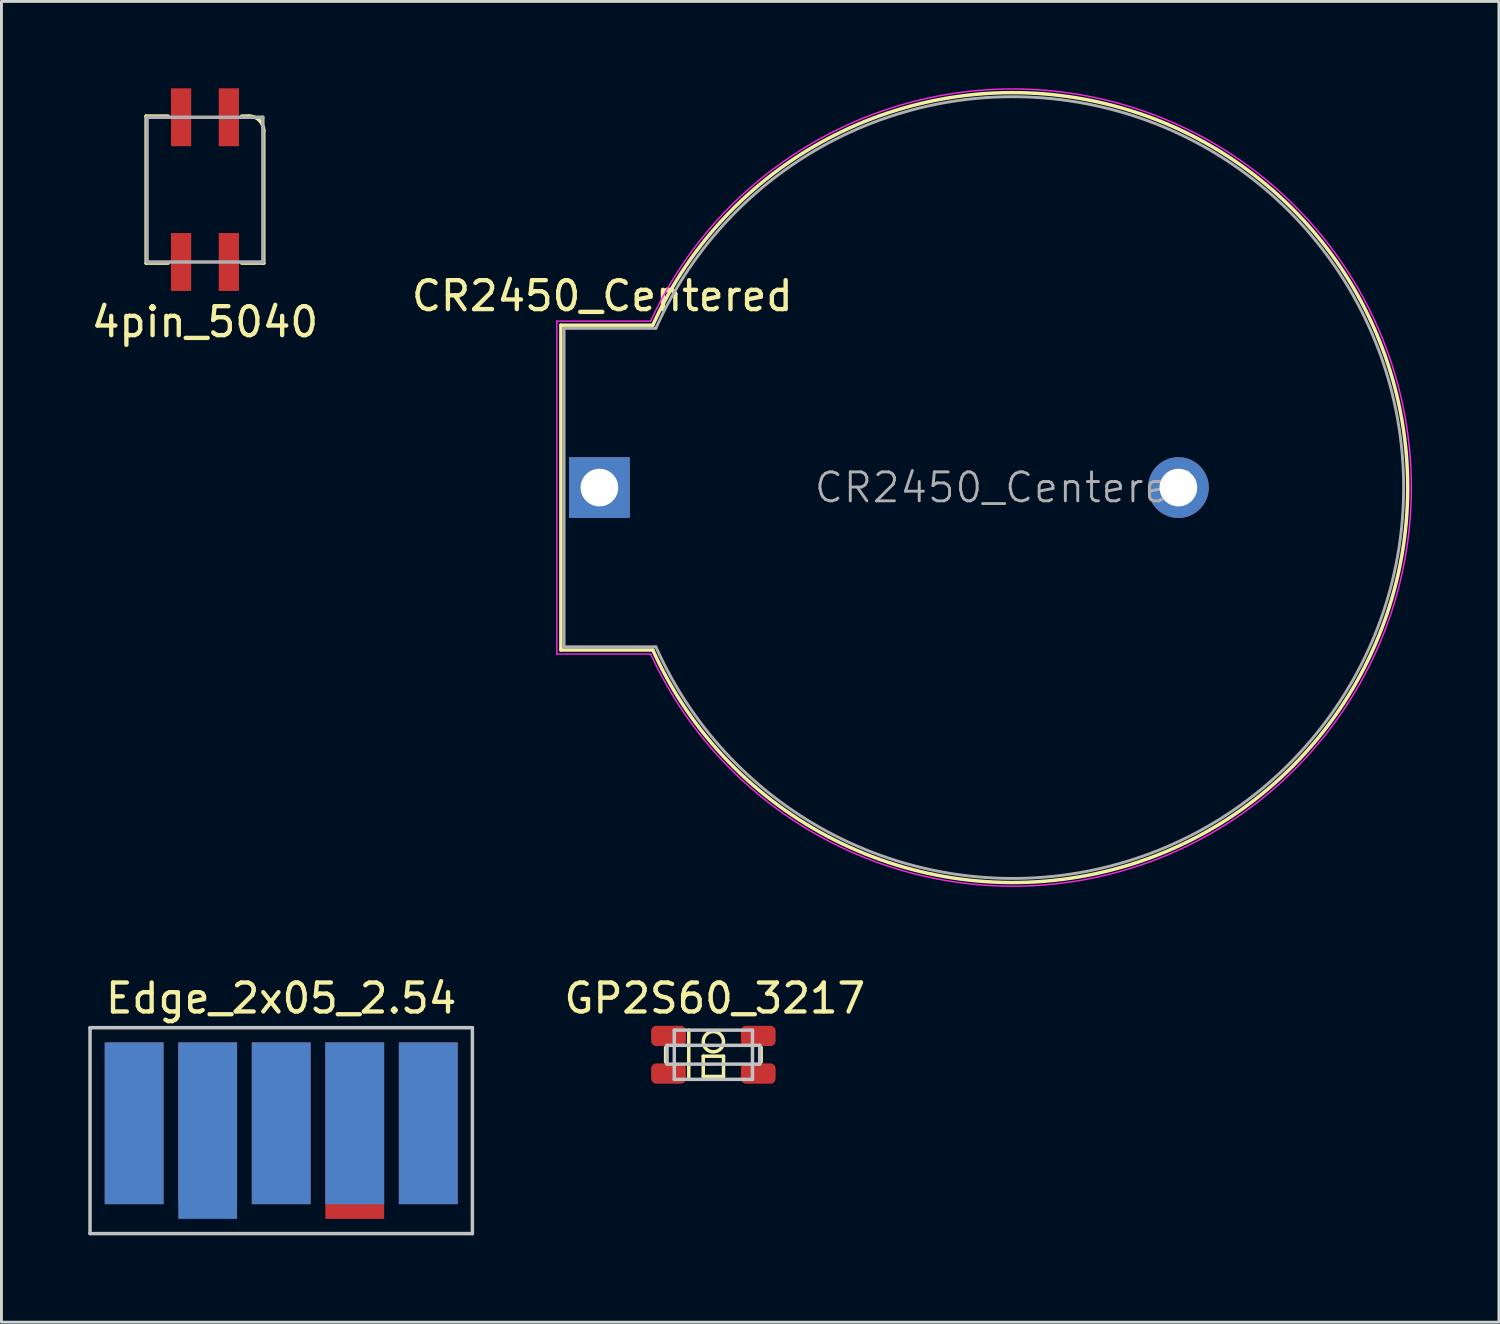
<source format=kicad_pcb>
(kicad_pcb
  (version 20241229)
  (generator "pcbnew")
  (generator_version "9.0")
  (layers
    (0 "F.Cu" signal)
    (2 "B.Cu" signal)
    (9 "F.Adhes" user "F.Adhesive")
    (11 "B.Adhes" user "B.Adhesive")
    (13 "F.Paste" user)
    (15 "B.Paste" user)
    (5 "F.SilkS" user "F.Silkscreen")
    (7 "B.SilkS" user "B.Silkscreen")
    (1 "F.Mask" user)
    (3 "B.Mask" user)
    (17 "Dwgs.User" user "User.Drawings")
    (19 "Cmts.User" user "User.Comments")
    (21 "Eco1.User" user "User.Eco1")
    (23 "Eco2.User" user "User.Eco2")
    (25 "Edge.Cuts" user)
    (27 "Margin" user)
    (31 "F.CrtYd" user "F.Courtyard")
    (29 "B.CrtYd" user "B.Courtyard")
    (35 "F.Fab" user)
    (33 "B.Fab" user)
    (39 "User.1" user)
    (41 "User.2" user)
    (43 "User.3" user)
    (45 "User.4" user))
  (footprint "GP2S60_3217"
    (layer "F.Cu")
    (at 20.243 32.535)
    (property "Reference" "GP2S60_3217" (at 1.4 -1.1 0) (layer "F.SilkS") (effects (font (size 1 1) (thickness 0.15))))
    (attr through_hole)
    (fp_line (start -0.3 0.6) (end -0.3 1.1) (stroke (width 0.12) (type solid)) (layer "F.SilkS"))
    (fp_line (start 0.5 0) (end 0.5 1.7) (stroke (width 0.12) (type solid)) (layer "F.SilkS"))
    (fp_line (start 1 0.9) (end 1 1.6) (stroke (width 0.12) (type solid)) (layer "F.SilkS"))
    (fp_line (start 1 1.6) (end 1.7 1.6) (stroke (width 0.12) (type solid)) (layer "F.SilkS"))
    (fp_line (start 1.7 0.9) (end 1 0.9) (stroke (width 0.12) (type solid)) (layer "F.SilkS"))
    (fp_line (start 1.7 1.6) (end 1.7 0.9) (stroke (width 0.12) (type solid)) (layer "F.SilkS"))
    (fp_line (start 3 0.6) (end 3 1.1) (stroke (width 0.12) (type solid)) (layer "F.SilkS"))
    (fp_circle (center 1.35 0.4) (end 1.7 0.4) (stroke (width 0.12) (type solid)) (fill no) (layer "F.SilkS"))
    (fp_line (start -0.25 0.525) (end -0.25 1.175) (stroke (width 0.12) (type solid)) (layer "Dwgs.User"))
    (fp_line (start -0.25 0.525) (end 2.95 0.525) (stroke (width 0.12) (type solid)) (layer "Dwgs.User"))
    (fp_line (start -0.25 1.175) (end 2.95 1.175) (stroke (width 0.12) (type solid)) (layer "Dwgs.User"))
    (fp_line (start 0 0) (end 2.7 0) (stroke (width 0.12) (type solid)) (layer "Dwgs.User"))
    (fp_line (start 0 1.7) (end 0 0) (stroke (width 0.12) (type solid)) (layer "Dwgs.User"))
    (fp_line (start 2.7 0) (end 2.7 1.7) (stroke (width 0.12) (type solid)) (layer "Dwgs.User"))
    (fp_line (start 2.7 1.7) (end 0 1.7) (stroke (width 0.12) (type solid)) (layer "Dwgs.User"))
    (fp_line (start 2.95 0.525) (end 2.95 1.175) (stroke (width 0.12) (type solid)) (layer "Dwgs.User"))
    (pad "1" smd roundrect (at -0.2 0.2) (size 1.2 0.7) (layers "F.Cu" "F.Mask" "F.Paste") (roundrect_rratio 0.25))
    (pad "2" smd roundrect (at -0.2 1.5) (size 1.2 0.7) (layers "F.Cu" "F.Mask" "F.Paste") (roundrect_rratio 0.25))
    (pad "3" smd roundrect (at 2.9 1.5) (size 1.2 0.7) (layers "F.Cu" "F.Mask" "F.Paste") (roundrect_rratio 0.25))
    (pad "4" smd roundrect (at 2.9 0.2) (size 1.2 0.7) (layers "F.Cu" "F.Mask" "F.Paste") (roundrect_rratio 0.25)))
  (footprint "4pin_5040"
    (layer "F.Cu")
    (at 4.03 3.5)
    (property "Reference" "4pin_5040" (at 0 4.572 0) (layer "F.SilkS") (effects (font (size 1 1) (thickness 0.15))))
    (attr through_hole)
    (fp_line (start -2.032 -2.54) (end -2.032 2.54) (stroke (width 0.12) (type solid)) (layer "F.SilkS"))
    (fp_line (start -2.032 2.54) (end -1.27 2.54) (stroke (width 0.12) (type solid)) (layer "F.SilkS"))
    (fp_line (start -1.27 -2.54) (end -2.032 -2.54) (stroke (width 0.12) (type solid)) (layer "F.SilkS"))
    (fp_line (start 1.27 2.54) (end 2.032 2.54) (stroke (width 0.12) (type solid)) (layer "F.SilkS"))
    (fp_line (start 1.524 -2.54) (end 1.27 -2.54) (stroke (width 0.12) (type solid)) (layer "F.SilkS"))
    (fp_line (start 2.032 2.54) (end 2.032 -2.032) (stroke (width 0.12) (type solid)) (layer "F.SilkS"))
    (fp_arc (start 1.524 -2.54) (mid 1.88321 -2.39121) (end 2.032 -2.032) (stroke (width 0.12) (type solid)) (layer "F.SilkS"))
    (fp_line (start -2 -2.5) (end -2 2.5) (stroke (width 0.12) (type solid)) (layer "F.Fab"))
    (fp_line (start -2 2.5) (end 2 2.5) (stroke (width 0.12) (type solid)) (layer "F.Fab"))
    (fp_line (start 2 -2.5) (end -2 -2.5) (stroke (width 0.12) (type solid)) (layer "F.Fab"))
    (fp_line (start 2 2.5) (end 2 -2.5) (stroke (width 0.12) (type solid)) (layer "F.Fab"))
    (pad "1" smd rect (at 0.825 -2.5) (size 0.7 2) (layers "F.Cu" "F.Mask" "F.Paste"))
    (pad "2" smd rect (at -0.825 -2.5) (size 0.7 2) (layers "F.Cu" "F.Mask" "F.Paste"))
    (pad "3" smd rect (at -0.825 2.5) (size 0.7 2) (layers "F.Cu" "F.Mask" "F.Paste"))
    (pad "4" smd rect (at 0.825 2.5) (size 0.7 2) (layers "F.Cu" "F.Mask" "F.Paste")))
  (footprint "CR2450_Centered"
    (layer "F.Cu")
    (at 31.936 13.793)
    (property "Reference" "CR2450_Centered" (at -14.18 -6.62 0) (layer "F.SilkS") (effects (font (size 1 1) (thickness 0.15))))
    (attr through_hole)
    (fp_line (start -15.61 -5.61) (end -12.435 -5.61) (stroke (width 0.12) (type solid)) (layer "F.SilkS"))
    (fp_line (start -15.61 5.61) (end -15.61 -5.61) (stroke (width 0.12) (type solid)) (layer "F.SilkS"))
    (fp_line (start -12.435 5.61) (end -15.61 5.61) (stroke (width 0.12) (type solid)) (layer "F.SilkS"))
    (fp_arc (start -12.435 -5.61) (mid 13.641896 0) (end -12.435 5.61) (stroke (width 0.12) (type solid)) (layer "F.SilkS"))
    (fp_line (start -15.75 -5.75) (end -12.51 -5.75) (stroke (width 0.05) (type solid)) (layer "F.CrtYd"))
    (fp_line (start -15.75 5.75) (end -15.75 -5.75) (stroke (width 0.05) (type solid)) (layer "F.CrtYd"))
    (fp_line (start -12.51 5.75) (end -15.75 5.75) (stroke (width 0.05) (type solid)) (layer "F.CrtYd"))
    (fp_arc (start -12.51 -5.75) (mid 13.768173 0) (end -12.51 5.75) (stroke (width 0.05) (type solid)) (layer "F.CrtYd"))
    (fp_line (start -15.5 -5.5) (end -12.33 -5.5) (stroke (width 0.1) (type solid)) (layer "F.Fab"))
    (fp_line (start -15.5 5.5) (end -15.5 -5.5) (stroke (width 0.1) (type solid)) (layer "F.Fab"))
    (fp_line (start -12.33 5.5) (end -15.5 5.5) (stroke (width 0.1) (type solid)) (layer "F.Fab"))
    (fp_arc (start -12.33 -5.5) (mid 13.50107 0) (end -12.33 5.5) (stroke (width 0.1) (type solid)) (layer "F.Fab"))
    (fp_text user "${REFERENCE}" (at -0.28 0 0) (layer "F.Fab") (effects (font (size 1 1) (thickness 0.1))))
    (pad "1" thru_hole rect (at -14.28 0 270) (size 2.1 2.1) (drill 1.3) (layers "*.Cu" "*.Mask"))
    (pad "2" thru_hole circle (at 5.72 0 270) (size 2.1 2.1) (drill 1.3) (layers "*.Cu" "*.Mask")))
  (footprint "Edge_2x05_2.54"
    (layer "F.Cu")
    (at 6.664 38.039)
    (property "Reference" "Edge_2x05_2.54" (at 0 -6.604 0) (layer "F.SilkS") (effects (font (size 1 1) (thickness 0.15))))
    (attr through_hole)
    (fp_poly (pts (xy -4.064 0.508) (xy -6.096 0.508) (xy -6.096 -5.08) (xy -4.064 -5.08)) (stroke (width 0.1) (type solid)) (fill yes) (layer "F.Paste"))
    (fp_poly (pts (xy -1.524 0.508) (xy -3.556 0.508) (xy -3.556 -5.08) (xy -1.524 -5.08)) (stroke (width 0.1) (type solid)) (fill yes) (layer "F.Paste"))
    (fp_poly (pts (xy 1.016 0.508) (xy -1.016 0.508) (xy -1.016 -5.08) (xy 1.016 -5.08)) (stroke (width 0.1) (type solid)) (fill yes) (layer "F.Paste"))
    (fp_poly (pts (xy 3.556 1.016) (xy 1.524 1.016) (xy 1.524 -5.08) (xy 3.556 -5.08)) (stroke (width 0.1) (type solid)) (fill yes) (layer "F.Paste"))
    (fp_poly (pts (xy 6.096 0.508) (xy 4.064 0.508) (xy 4.064 -5.08) (xy 6.096 -5.08)) (stroke (width 0.1) (type solid)) (fill yes) (layer "F.Paste"))
    (fp_poly (pts (xy -4.064 0.508) (xy -6.096 0.508) (xy -6.096 -5.08) (xy -4.064 -5.08)) (stroke (width 0.1) (type solid)) (fill yes) (layer "B.Paste"))
    (fp_poly (pts (xy -1.524 1.016) (xy -3.556 1.016) (xy -3.556 -5.08) (xy -1.524 -5.08)) (stroke (width 0.1) (type solid)) (fill yes) (layer "B.Paste"))
    (fp_poly (pts (xy 1.016 0.508) (xy -1.016 0.508) (xy -1.016 -5.08) (xy 1.016 -5.08)) (stroke (width 0.1) (type solid)) (fill yes) (layer "B.Paste"))
    (fp_poly (pts (xy 3.556 0.508) (xy 1.524 0.508) (xy 1.524 -5.08) (xy 3.556 -5.08)) (stroke (width 0.1) (type solid)) (fill yes) (layer "B.Paste"))
    (fp_poly (pts (xy 6.096 0.508) (xy 4.064 0.508) (xy 4.064 -5.08) (xy 6.096 -5.08)) (stroke (width 0.1) (type solid)) (fill yes) (layer "B.Paste"))
    (fp_line (start -6.604 -5.588) (end -6.604 1.524) (stroke (width 0.12) (type solid)) (layer "Dwgs.User"))
    (fp_line (start -6.604 1.524) (end 6.604 1.524) (stroke (width 0.12) (type solid)) (layer "Dwgs.User"))
    (fp_line (start 6.604 -5.588) (end -6.604 -5.588) (stroke (width 0.12) (type solid)) (layer "Dwgs.User"))
    (fp_line (start 6.604 1.524) (end 6.604 -5.588) (stroke (width 0.12) (type solid)) (layer "Dwgs.User"))
    (pad "1" connect rect (at -5.08 -2.286) (size 2.032 5.588) (layers "B.Cu" "B.Mask"))
    (pad "1" connect rect (at 5.08 -2.286) (size 2.032 5.588) (layers "F.Cu" "F.Mask"))
    (pad "2" connect rect (at -2.54 -2.032) (size 2.032 6.096) (layers "B.Cu" "B.Mask"))
    (pad "2" connect rect (at 2.54 -2.032) (size 2.032 6.096) (layers "F.Cu" "F.Mask"))
    (pad "3" connect rect (at 0 -2.286) (size 2.032 5.588) (layers "F.Cu" "F.Mask"))
    (pad "3" connect rect (at 0 -2.286) (size 2.032 5.588) (layers "B.Cu" "B.Mask"))
    (pad "4" connect rect (at -2.54 -2.286) (size 2.032 5.588) (layers "F.Cu" "F.Mask"))
    (pad "4" connect rect (at 2.54 -2.286) (size 2.032 5.588) (layers "B.Cu" "B.Mask"))
    (pad "5" connect rect (at -5.08 -2.286) (size 2.032 5.588) (layers "F.Cu" "F.Mask"))
    (pad "5" connect rect (at 5.08 -2.286) (size 2.032 5.588) (layers "B.Cu" "B.Mask")))
  (gr_rect
    (start -3 -3)
    (end 48.729 42.623)
    (stroke (width 0.1) (type default))
    (fill no)
    (layer "Edge.Cuts")))
</source>
